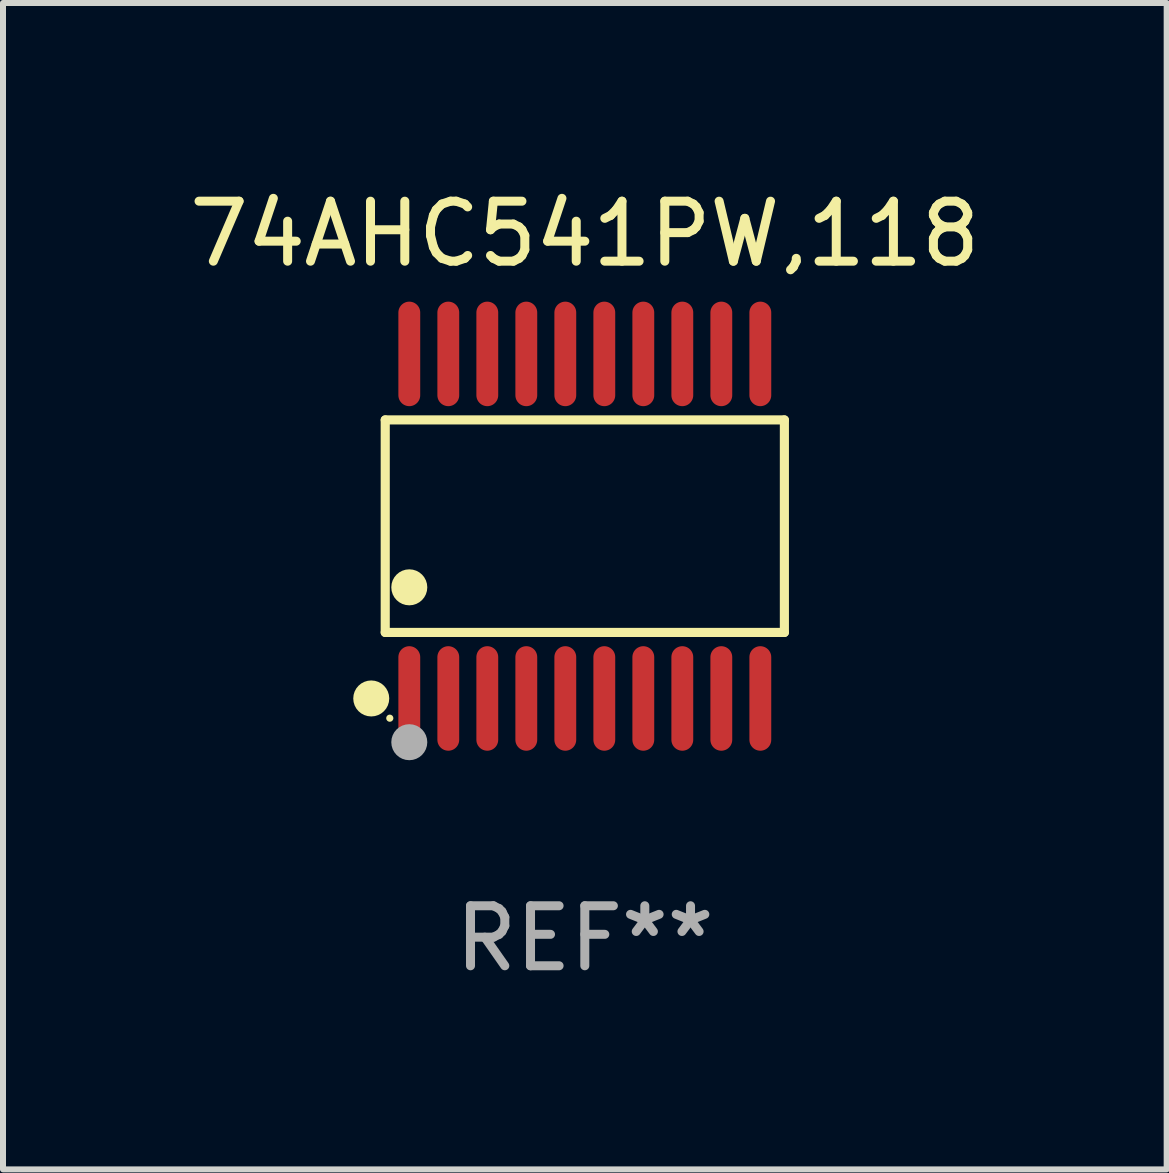
<source format=kicad_pcb>
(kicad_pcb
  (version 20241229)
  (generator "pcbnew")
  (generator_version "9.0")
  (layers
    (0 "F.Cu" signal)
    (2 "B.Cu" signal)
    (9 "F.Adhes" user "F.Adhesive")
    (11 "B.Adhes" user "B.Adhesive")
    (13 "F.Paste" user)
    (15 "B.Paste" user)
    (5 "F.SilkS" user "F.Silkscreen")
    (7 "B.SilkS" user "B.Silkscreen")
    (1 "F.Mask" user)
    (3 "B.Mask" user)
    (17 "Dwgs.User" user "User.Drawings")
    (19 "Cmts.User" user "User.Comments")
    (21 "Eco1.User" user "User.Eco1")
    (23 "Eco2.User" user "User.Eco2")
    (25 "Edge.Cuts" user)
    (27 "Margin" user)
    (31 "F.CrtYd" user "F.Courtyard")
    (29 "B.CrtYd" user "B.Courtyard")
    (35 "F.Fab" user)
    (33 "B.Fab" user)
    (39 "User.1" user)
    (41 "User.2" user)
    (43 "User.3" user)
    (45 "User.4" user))
  (footprint "74AHC541PW,118"
    (layer "F.Cu")
    (at 6.696 5.719)
    (property "Reference" "74AHC541PW,118" (at 0 -4.871 0) (layer "F.SilkS") (effects (font (size 1 1) (thickness 0.15))))
    (attr through_hole)
    (fp_line (start -3.326 -1.771) (end 3.326 -1.771) (stroke (width 0.152) (type solid)) (layer "F.SilkS"))
    (fp_line (start -3.326 1.771) (end -3.326 -1.771) (stroke (width 0.152) (type solid)) (layer "F.SilkS"))
    (fp_line (start 3.326 -1.771) (end 3.326 1.771) (stroke (width 0.152) (type solid)) (layer "F.SilkS"))
    (fp_line (start 3.326 1.771) (end -3.326 1.771) (stroke (width 0.152) (type solid)) (layer "F.SilkS"))
    (fp_circle (center -3.559 2.871) (end -3.409 2.871) (stroke (width 0.3) (type solid)) (fill no) (layer "F.SilkS"))
    (fp_circle (center -3.25 3.2) (end -3.22 3.2) (stroke (width 0.06) (type solid)) (fill no) (layer "F.SilkS"))
    (fp_circle (center -2.925 1.019) (end -2.775 1.019) (stroke (width 0.3) (type solid)) (fill no) (layer "F.SilkS"))
    (fp_circle (center -2.925 3.6) (end -2.775 3.6) (stroke (width 0.3) (type solid)) (fill no) (layer "F.Fab"))
    (fp_text user "REF**" (at 0 6.871 0) (layer "F.Fab") (effects (font (size 1 1) (thickness 0.15))))
    (pad "1" smd oval (at -2.925 2.871) (size 0.364 1.742) (layers "F.Cu" "F.Mask" "F.Paste"))
    (pad "2" smd oval (at -2.275 2.871) (size 0.364 1.742) (layers "F.Cu" "F.Mask" "F.Paste"))
    (pad "3" smd oval (at -1.625 2.871) (size 0.364 1.742) (layers "F.Cu" "F.Mask" "F.Paste"))
    (pad "4" smd oval (at -0.975 2.871) (size 0.364 1.742) (layers "F.Cu" "F.Mask" "F.Paste"))
    (pad "5" smd oval (at -0.325 2.871) (size 0.364 1.742) (layers "F.Cu" "F.Mask" "F.Paste"))
    (pad "6" smd oval (at 0.325 2.871) (size 0.364 1.742) (layers "F.Cu" "F.Mask" "F.Paste"))
    (pad "7" smd oval (at 0.975 2.871) (size 0.364 1.742) (layers "F.Cu" "F.Mask" "F.Paste"))
    (pad "8" smd oval (at 1.625 2.871) (size 0.364 1.742) (layers "F.Cu" "F.Mask" "F.Paste"))
    (pad "9" smd oval (at 2.275 2.871) (size 0.364 1.742) (layers "F.Cu" "F.Mask" "F.Paste"))
    (pad "10" smd oval (at 2.925 2.871) (size 0.364 1.742) (layers "F.Cu" "F.Mask" "F.Paste"))
    (pad "11" smd oval (at 2.925 -2.871) (size 0.364 1.742) (layers "F.Cu" "F.Mask" "F.Paste"))
    (pad "12" smd oval (at 2.275 -2.871) (size 0.364 1.742) (layers "F.Cu" "F.Mask" "F.Paste"))
    (pad "13" smd oval (at 1.625 -2.871) (size 0.364 1.742) (layers "F.Cu" "F.Mask" "F.Paste"))
    (pad "14" smd oval (at 0.975 -2.871) (size 0.364 1.742) (layers "F.Cu" "F.Mask" "F.Paste"))
    (pad "15" smd oval (at 0.325 -2.871) (size 0.364 1.742) (layers "F.Cu" "F.Mask" "F.Paste"))
    (pad "16" smd oval (at -0.325 -2.871) (size 0.364 1.742) (layers "F.Cu" "F.Mask" "F.Paste"))
    (pad "17" smd oval (at -0.975 -2.871) (size 0.364 1.742) (layers "F.Cu" "F.Mask" "F.Paste"))
    (pad "18" smd oval (at -1.625 -2.871) (size 0.364 1.742) (layers "F.Cu" "F.Mask" "F.Paste"))
    (pad "19" smd oval (at -2.275 -2.871) (size 0.364 1.742) (layers "F.Cu" "F.Mask" "F.Paste"))
    (pad "20" smd oval (at -2.925 -2.871) (size 0.364 1.742) (layers "F.Cu" "F.Mask" "F.Paste")))
  (gr_rect
    (start -3 -3)
    (end 16.393 16.438)
    (stroke (width 0.1) (type default))
    (fill no)
    (layer "Edge.Cuts")))
</source>
